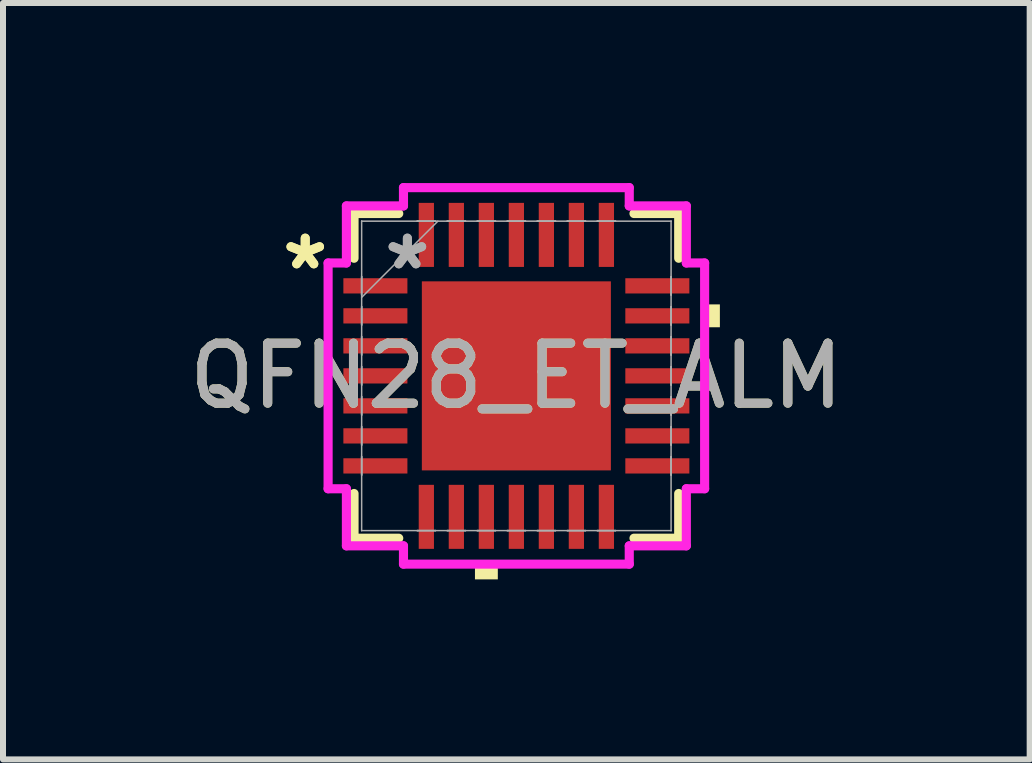
<source format=kicad_pcb>
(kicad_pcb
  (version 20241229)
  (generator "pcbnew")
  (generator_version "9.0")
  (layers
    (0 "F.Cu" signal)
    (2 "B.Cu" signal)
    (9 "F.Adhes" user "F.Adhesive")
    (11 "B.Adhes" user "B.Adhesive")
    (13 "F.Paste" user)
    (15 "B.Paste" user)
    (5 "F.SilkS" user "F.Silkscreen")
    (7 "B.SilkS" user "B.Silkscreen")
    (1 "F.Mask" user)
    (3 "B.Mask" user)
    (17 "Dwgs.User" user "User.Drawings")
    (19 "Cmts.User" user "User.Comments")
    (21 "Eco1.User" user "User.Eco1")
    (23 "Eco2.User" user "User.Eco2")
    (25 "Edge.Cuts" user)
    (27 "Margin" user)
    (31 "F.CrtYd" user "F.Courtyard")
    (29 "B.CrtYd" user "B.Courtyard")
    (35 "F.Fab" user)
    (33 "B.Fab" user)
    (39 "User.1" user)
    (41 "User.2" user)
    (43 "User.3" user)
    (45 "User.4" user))
  (footprint "QFN28_ET_ALM"
    (layer "F.Cu")
    (at 5.554 3.213)
    (property "Reference" "QFN28_ET_ALM" (at 0 0 0) (unlocked yes) (layer "F.SilkS") (effects (font (size 1 1) (thickness 0.15))))
    (attr smd)
    (fp_line (start -2.705 -2.705) (end -2.705 -1.96) (stroke (width 0.152) (type solid)) (layer "F.SilkS"))
    (fp_line (start -2.705 1.96) (end -2.705 2.705) (stroke (width 0.152) (type solid)) (layer "F.SilkS"))
    (fp_line (start -2.705 2.705) (end -1.96 2.705) (stroke (width 0.152) (type solid)) (layer "F.SilkS"))
    (fp_line (start -1.96 -2.705) (end -2.705 -2.705) (stroke (width 0.152) (type solid)) (layer "F.SilkS"))
    (fp_line (start 1.96 2.705) (end 2.705 2.705) (stroke (width 0.152) (type solid)) (layer "F.SilkS"))
    (fp_line (start 2.705 -2.705) (end 1.96 -2.705) (stroke (width 0.152) (type solid)) (layer "F.SilkS"))
    (fp_line (start 2.705 -1.96) (end 2.705 -2.705) (stroke (width 0.152) (type solid)) (layer "F.SilkS"))
    (fp_line (start 2.705 2.705) (end 2.705 1.96) (stroke (width 0.152) (type solid)) (layer "F.SilkS"))
    (fp_poly (pts (xy -0.69 3.137) (xy -0.69 3.391) (xy -0.309 3.391) (xy -0.309 3.137)) (stroke (width 0) (type solid)) (fill yes) (layer "F.SilkS"))
    (fp_poly (pts (xy 3.391 -1.191) (xy 3.391 -0.81) (xy 3.137 -0.81) (xy 3.137 -1.191)) (stroke (width 0) (type solid)) (fill yes) (layer "F.SilkS"))
    (fp_poly (pts (xy -1.475 -1.475) (xy -1.475 -0.1) (xy -0.1 -0.1) (xy -0.1 -1.475)) (stroke (width 0) (type solid)) (fill yes) (layer "F.Paste"))
    (fp_poly (pts (xy -1.475 0.1) (xy -1.475 1.475) (xy -0.1 1.475) (xy -0.1 0.1)) (stroke (width 0) (type solid)) (fill yes) (layer "F.Paste"))
    (fp_poly (pts (xy 0.1 -1.475) (xy 0.1 -0.1) (xy 1.475 -0.1) (xy 1.475 -1.475)) (stroke (width 0) (type solid)) (fill yes) (layer "F.Paste"))
    (fp_poly (pts (xy 0.1 0.1) (xy 0.1 1.475) (xy 1.475 1.475) (xy 1.475 0.1)) (stroke (width 0) (type solid)) (fill yes) (layer "F.Paste"))
    (fp_line (start -3.137 -1.881) (end -2.832 -1.881) (stroke (width 0.152) (type solid)) (layer "F.CrtYd"))
    (fp_line (start -3.137 1.881) (end -3.137 -1.881) (stroke (width 0.152) (type solid)) (layer "F.CrtYd"))
    (fp_line (start -2.832 -2.832) (end -1.881 -2.832) (stroke (width 0.152) (type solid)) (layer "F.CrtYd"))
    (fp_line (start -2.832 -1.881) (end -2.832 -2.832) (stroke (width 0.152) (type solid)) (layer "F.CrtYd"))
    (fp_line (start -2.832 1.881) (end -3.137 1.881) (stroke (width 0.152) (type solid)) (layer "F.CrtYd"))
    (fp_line (start -2.832 2.832) (end -2.832 1.881) (stroke (width 0.152) (type solid)) (layer "F.CrtYd"))
    (fp_line (start -1.881 -3.137) (end 1.881 -3.137) (stroke (width 0.152) (type solid)) (layer "F.CrtYd"))
    (fp_line (start -1.881 -2.832) (end -1.881 -3.137) (stroke (width 0.152) (type solid)) (layer "F.CrtYd"))
    (fp_line (start -1.881 2.832) (end -2.832 2.832) (stroke (width 0.152) (type solid)) (layer "F.CrtYd"))
    (fp_line (start -1.881 3.137) (end -1.881 2.832) (stroke (width 0.152) (type solid)) (layer "F.CrtYd"))
    (fp_line (start 1.881 -3.137) (end 1.881 -2.832) (stroke (width 0.152) (type solid)) (layer "F.CrtYd"))
    (fp_line (start 1.881 -2.832) (end 2.832 -2.832) (stroke (width 0.152) (type solid)) (layer "F.CrtYd"))
    (fp_line (start 1.881 2.832) (end 1.881 3.137) (stroke (width 0.152) (type solid)) (layer "F.CrtYd"))
    (fp_line (start 1.881 3.137) (end -1.881 3.137) (stroke (width 0.152) (type solid)) (layer "F.CrtYd"))
    (fp_line (start 2.832 -2.832) (end 2.832 -1.881) (stroke (width 0.152) (type solid)) (layer "F.CrtYd"))
    (fp_line (start 2.832 -1.881) (end 3.137 -1.881) (stroke (width 0.152) (type solid)) (layer "F.CrtYd"))
    (fp_line (start 2.832 1.881) (end 2.832 2.832) (stroke (width 0.152) (type solid)) (layer "F.CrtYd"))
    (fp_line (start 2.832 2.832) (end 1.881 2.832) (stroke (width 0.152) (type solid)) (layer "F.CrtYd"))
    (fp_line (start 3.137 -1.881) (end 3.137 1.881) (stroke (width 0.152) (type solid)) (layer "F.CrtYd"))
    (fp_line (start 3.137 1.881) (end 2.832 1.881) (stroke (width 0.152) (type solid)) (layer "F.CrtYd"))
    (fp_line (start -2.578 -2.578) (end -2.578 -2.578) (stroke (width 0.025) (type solid)) (layer "F.Fab"))
    (fp_line (start -2.578 -2.578) (end -2.578 2.578) (stroke (width 0.025) (type solid)) (layer "F.Fab"))
    (fp_line (start -2.578 -1.652) (end -2.578 -1.652) (stroke (width 0.025) (type solid)) (layer "F.Fab"))
    (fp_line (start -2.578 -1.652) (end -2.578 -1.348) (stroke (width 0.025) (type solid)) (layer "F.Fab"))
    (fp_line (start -2.578 -1.348) (end -2.578 -1.652) (stroke (width 0.025) (type solid)) (layer "F.Fab"))
    (fp_line (start -2.578 -1.348) (end -2.578 -1.348) (stroke (width 0.025) (type solid)) (layer "F.Fab"))
    (fp_line (start -2.578 -1.308) (end -1.308 -2.578) (stroke (width 0.025) (type solid)) (layer "F.Fab"))
    (fp_line (start -2.578 -1.152) (end -2.578 -1.152) (stroke (width 0.025) (type solid)) (layer "F.Fab"))
    (fp_line (start -2.578 -1.152) (end -2.578 -0.848) (stroke (width 0.025) (type solid)) (layer "F.Fab"))
    (fp_line (start -2.578 -0.848) (end -2.578 -1.152) (stroke (width 0.025) (type solid)) (layer "F.Fab"))
    (fp_line (start -2.578 -0.848) (end -2.578 -0.848) (stroke (width 0.025) (type solid)) (layer "F.Fab"))
    (fp_line (start -2.578 -0.652) (end -2.578 -0.652) (stroke (width 0.025) (type solid)) (layer "F.Fab"))
    (fp_line (start -2.578 -0.652) (end -2.578 -0.348) (stroke (width 0.025) (type solid)) (layer "F.Fab"))
    (fp_line (start -2.578 -0.348) (end -2.578 -0.652) (stroke (width 0.025) (type solid)) (layer "F.Fab"))
    (fp_line (start -2.578 -0.348) (end -2.578 -0.348) (stroke (width 0.025) (type solid)) (layer "F.Fab"))
    (fp_line (start -2.578 -0.152) (end -2.578 -0.152) (stroke (width 0.025) (type solid)) (layer "F.Fab"))
    (fp_line (start -2.578 -0.152) (end -2.578 0.152) (stroke (width 0.025) (type solid)) (layer "F.Fab"))
    (fp_line (start -2.578 0.152) (end -2.578 -0.152) (stroke (width 0.025) (type solid)) (layer "F.Fab"))
    (fp_line (start -2.578 0.152) (end -2.578 0.152) (stroke (width 0.025) (type solid)) (layer "F.Fab"))
    (fp_line (start -2.578 0.348) (end -2.578 0.348) (stroke (width 0.025) (type solid)) (layer "F.Fab"))
    (fp_line (start -2.578 0.348) (end -2.578 0.652) (stroke (width 0.025) (type solid)) (layer "F.Fab"))
    (fp_line (start -2.578 0.652) (end -2.578 0.348) (stroke (width 0.025) (type solid)) (layer "F.Fab"))
    (fp_line (start -2.578 0.652) (end -2.578 0.652) (stroke (width 0.025) (type solid)) (layer "F.Fab"))
    (fp_line (start -2.578 0.848) (end -2.578 0.848) (stroke (width 0.025) (type solid)) (layer "F.Fab"))
    (fp_line (start -2.578 0.848) (end -2.578 1.152) (stroke (width 0.025) (type solid)) (layer "F.Fab"))
    (fp_line (start -2.578 1.152) (end -2.578 0.848) (stroke (width 0.025) (type solid)) (layer "F.Fab"))
    (fp_line (start -2.578 1.152) (end -2.578 1.152) (stroke (width 0.025) (type solid)) (layer "F.Fab"))
    (fp_line (start -2.578 1.348) (end -2.578 1.348) (stroke (width 0.025) (type solid)) (layer "F.Fab"))
    (fp_line (start -2.578 1.348) (end -2.578 1.652) (stroke (width 0.025) (type solid)) (layer "F.Fab"))
    (fp_line (start -2.578 1.652) (end -2.578 1.348) (stroke (width 0.025) (type solid)) (layer "F.Fab"))
    (fp_line (start -2.578 1.652) (end -2.578 1.652) (stroke (width 0.025) (type solid)) (layer "F.Fab"))
    (fp_line (start -2.578 2.578) (end -2.578 2.578) (stroke (width 0.025) (type solid)) (layer "F.Fab"))
    (fp_line (start -2.578 2.578) (end 2.578 2.578) (stroke (width 0.025) (type solid)) (layer "F.Fab"))
    (fp_line (start -1.652 -2.578) (end -1.652 -2.578) (stroke (width 0.025) (type solid)) (layer "F.Fab"))
    (fp_line (start -1.652 -2.578) (end -1.348 -2.578) (stroke (width 0.025) (type solid)) (layer "F.Fab"))
    (fp_line (start -1.652 2.578) (end -1.652 2.578) (stroke (width 0.025) (type solid)) (layer "F.Fab"))
    (fp_line (start -1.652 2.578) (end -1.348 2.578) (stroke (width 0.025) (type solid)) (layer "F.Fab"))
    (fp_line (start -1.348 -2.578) (end -1.652 -2.578) (stroke (width 0.025) (type solid)) (layer "F.Fab"))
    (fp_line (start -1.348 -2.578) (end -1.348 -2.578) (stroke (width 0.025) (type solid)) (layer "F.Fab"))
    (fp_line (start -1.348 2.578) (end -1.652 2.578) (stroke (width 0.025) (type solid)) (layer "F.Fab"))
    (fp_line (start -1.348 2.578) (end -1.348 2.578) (stroke (width 0.025) (type solid)) (layer "F.Fab"))
    (fp_line (start -1.152 -2.578) (end -1.152 -2.578) (stroke (width 0.025) (type solid)) (layer "F.Fab"))
    (fp_line (start -1.152 -2.578) (end -0.848 -2.578) (stroke (width 0.025) (type solid)) (layer "F.Fab"))
    (fp_line (start -1.152 2.578) (end -1.152 2.578) (stroke (width 0.025) (type solid)) (layer "F.Fab"))
    (fp_line (start -1.152 2.578) (end -0.848 2.578) (stroke (width 0.025) (type solid)) (layer "F.Fab"))
    (fp_line (start -0.848 -2.578) (end -1.152 -2.578) (stroke (width 0.025) (type solid)) (layer "F.Fab"))
    (fp_line (start -0.848 -2.578) (end -0.848 -2.578) (stroke (width 0.025) (type solid)) (layer "F.Fab"))
    (fp_line (start -0.848 2.578) (end -1.152 2.578) (stroke (width 0.025) (type solid)) (layer "F.Fab"))
    (fp_line (start -0.848 2.578) (end -0.848 2.578) (stroke (width 0.025) (type solid)) (layer "F.Fab"))
    (fp_line (start -0.652 -2.578) (end -0.652 -2.578) (stroke (width 0.025) (type solid)) (layer "F.Fab"))
    (fp_line (start -0.652 -2.578) (end -0.348 -2.578) (stroke (width 0.025) (type solid)) (layer "F.Fab"))
    (fp_line (start -0.652 2.578) (end -0.652 2.578) (stroke (width 0.025) (type solid)) (layer "F.Fab"))
    (fp_line (start -0.652 2.578) (end -0.348 2.578) (stroke (width 0.025) (type solid)) (layer "F.Fab"))
    (fp_line (start -0.348 -2.578) (end -0.652 -2.578) (stroke (width 0.025) (type solid)) (layer "F.Fab"))
    (fp_line (start -0.348 -2.578) (end -0.348 -2.578) (stroke (width 0.025) (type solid)) (layer "F.Fab"))
    (fp_line (start -0.348 2.578) (end -0.652 2.578) (stroke (width 0.025) (type solid)) (layer "F.Fab"))
    (fp_line (start -0.348 2.578) (end -0.348 2.578) (stroke (width 0.025) (type solid)) (layer "F.Fab"))
    (fp_line (start -0.152 -2.578) (end -0.152 -2.578) (stroke (width 0.025) (type solid)) (layer "F.Fab"))
    (fp_line (start -0.152 -2.578) (end 0.152 -2.578) (stroke (width 0.025) (type solid)) (layer "F.Fab"))
    (fp_line (start -0.152 2.578) (end -0.152 2.578) (stroke (width 0.025) (type solid)) (layer "F.Fab"))
    (fp_line (start -0.152 2.578) (end 0.152 2.578) (stroke (width 0.025) (type solid)) (layer "F.Fab"))
    (fp_line (start 0.152 -2.578) (end -0.152 -2.578) (stroke (width 0.025) (type solid)) (layer "F.Fab"))
    (fp_line (start 0.152 -2.578) (end 0.152 -2.578) (stroke (width 0.025) (type solid)) (layer "F.Fab"))
    (fp_line (start 0.152 2.578) (end -0.152 2.578) (stroke (width 0.025) (type solid)) (layer "F.Fab"))
    (fp_line (start 0.152 2.578) (end 0.152 2.578) (stroke (width 0.025) (type solid)) (layer "F.Fab"))
    (fp_line (start 0.348 -2.578) (end 0.348 -2.578) (stroke (width 0.025) (type solid)) (layer "F.Fab"))
    (fp_line (start 0.348 -2.578) (end 0.652 -2.578) (stroke (width 0.025) (type solid)) (layer "F.Fab"))
    (fp_line (start 0.348 2.578) (end 0.348 2.578) (stroke (width 0.025) (type solid)) (layer "F.Fab"))
    (fp_line (start 0.348 2.578) (end 0.652 2.578) (stroke (width 0.025) (type solid)) (layer "F.Fab"))
    (fp_line (start 0.652 -2.578) (end 0.348 -2.578) (stroke (width 0.025) (type solid)) (layer "F.Fab"))
    (fp_line (start 0.652 -2.578) (end 0.652 -2.578) (stroke (width 0.025) (type solid)) (layer "F.Fab"))
    (fp_line (start 0.652 2.578) (end 0.348 2.578) (stroke (width 0.025) (type solid)) (layer "F.Fab"))
    (fp_line (start 0.652 2.578) (end 0.652 2.578) (stroke (width 0.025) (type solid)) (layer "F.Fab"))
    (fp_line (start 0.848 -2.578) (end 0.848 -2.578) (stroke (width 0.025) (type solid)) (layer "F.Fab"))
    (fp_line (start 0.848 -2.578) (end 1.152 -2.578) (stroke (width 0.025) (type solid)) (layer "F.Fab"))
    (fp_line (start 0.848 2.578) (end 0.848 2.578) (stroke (width 0.025) (type solid)) (layer "F.Fab"))
    (fp_line (start 0.848 2.578) (end 1.152 2.578) (stroke (width 0.025) (type solid)) (layer "F.Fab"))
    (fp_line (start 1.152 -2.578) (end 0.848 -2.578) (stroke (width 0.025) (type solid)) (layer "F.Fab"))
    (fp_line (start 1.152 -2.578) (end 1.152 -2.578) (stroke (width 0.025) (type solid)) (layer "F.Fab"))
    (fp_line (start 1.152 2.578) (end 0.848 2.578) (stroke (width 0.025) (type solid)) (layer "F.Fab"))
    (fp_line (start 1.152 2.578) (end 1.152 2.578) (stroke (width 0.025) (type solid)) (layer "F.Fab"))
    (fp_line (start 1.348 -2.578) (end 1.348 -2.578) (stroke (width 0.025) (type solid)) (layer "F.Fab"))
    (fp_line (start 1.348 -2.578) (end 1.652 -2.578) (stroke (width 0.025) (type solid)) (layer "F.Fab"))
    (fp_line (start 1.348 2.578) (end 1.348 2.578) (stroke (width 0.025) (type solid)) (layer "F.Fab"))
    (fp_line (start 1.348 2.578) (end 1.652 2.578) (stroke (width 0.025) (type solid)) (layer "F.Fab"))
    (fp_line (start 1.652 -2.578) (end 1.348 -2.578) (stroke (width 0.025) (type solid)) (layer "F.Fab"))
    (fp_line (start 1.652 -2.578) (end 1.652 -2.578) (stroke (width 0.025) (type solid)) (layer "F.Fab"))
    (fp_line (start 1.652 2.578) (end 1.348 2.578) (stroke (width 0.025) (type solid)) (layer "F.Fab"))
    (fp_line (start 1.652 2.578) (end 1.652 2.578) (stroke (width 0.025) (type solid)) (layer "F.Fab"))
    (fp_line (start 2.578 -2.578) (end -2.578 -2.578) (stroke (width 0.025) (type solid)) (layer "F.Fab"))
    (fp_line (start 2.578 -2.578) (end 2.578 -2.578) (stroke (width 0.025) (type solid)) (layer "F.Fab"))
    (fp_line (start 2.578 -1.652) (end 2.578 -1.652) (stroke (width 0.025) (type solid)) (layer "F.Fab"))
    (fp_line (start 2.578 -1.652) (end 2.578 -1.348) (stroke (width 0.025) (type solid)) (layer "F.Fab"))
    (fp_line (start 2.578 -1.348) (end 2.578 -1.652) (stroke (width 0.025) (type solid)) (layer "F.Fab"))
    (fp_line (start 2.578 -1.348) (end 2.578 -1.348) (stroke (width 0.025) (type solid)) (layer "F.Fab"))
    (fp_line (start 2.578 -1.152) (end 2.578 -1.152) (stroke (width 0.025) (type solid)) (layer "F.Fab"))
    (fp_line (start 2.578 -1.152) (end 2.578 -0.848) (stroke (width 0.025) (type solid)) (layer "F.Fab"))
    (fp_line (start 2.578 -0.848) (end 2.578 -1.152) (stroke (width 0.025) (type solid)) (layer "F.Fab"))
    (fp_line (start 2.578 -0.848) (end 2.578 -0.848) (stroke (width 0.025) (type solid)) (layer "F.Fab"))
    (fp_line (start 2.578 -0.652) (end 2.578 -0.652) (stroke (width 0.025) (type solid)) (layer "F.Fab"))
    (fp_line (start 2.578 -0.652) (end 2.578 -0.348) (stroke (width 0.025) (type solid)) (layer "F.Fab"))
    (fp_line (start 2.578 -0.348) (end 2.578 -0.652) (stroke (width 0.025) (type solid)) (layer "F.Fab"))
    (fp_line (start 2.578 -0.348) (end 2.578 -0.348) (stroke (width 0.025) (type solid)) (layer "F.Fab"))
    (fp_line (start 2.578 -0.152) (end 2.578 -0.152) (stroke (width 0.025) (type solid)) (layer "F.Fab"))
    (fp_line (start 2.578 -0.152) (end 2.578 0.152) (stroke (width 0.025) (type solid)) (layer "F.Fab"))
    (fp_line (start 2.578 0.152) (end 2.578 -0.152) (stroke (width 0.025) (type solid)) (layer "F.Fab"))
    (fp_line (start 2.578 0.152) (end 2.578 0.152) (stroke (width 0.025) (type solid)) (layer "F.Fab"))
    (fp_line (start 2.578 0.348) (end 2.578 0.348) (stroke (width 0.025) (type solid)) (layer "F.Fab"))
    (fp_line (start 2.578 0.348) (end 2.578 0.652) (stroke (width 0.025) (type solid)) (layer "F.Fab"))
    (fp_line (start 2.578 0.652) (end 2.578 0.348) (stroke (width 0.025) (type solid)) (layer "F.Fab"))
    (fp_line (start 2.578 0.652) (end 2.578 0.652) (stroke (width 0.025) (type solid)) (layer "F.Fab"))
    (fp_line (start 2.578 0.848) (end 2.578 0.848) (stroke (width 0.025) (type solid)) (layer "F.Fab"))
    (fp_line (start 2.578 0.848) (end 2.578 1.152) (stroke (width 0.025) (type solid)) (layer "F.Fab"))
    (fp_line (start 2.578 1.152) (end 2.578 0.848) (stroke (width 0.025) (type solid)) (layer "F.Fab"))
    (fp_line (start 2.578 1.152) (end 2.578 1.152) (stroke (width 0.025) (type solid)) (layer "F.Fab"))
    (fp_line (start 2.578 1.348) (end 2.578 1.348) (stroke (width 0.025) (type solid)) (layer "F.Fab"))
    (fp_line (start 2.578 1.348) (end 2.578 1.652) (stroke (width 0.025) (type solid)) (layer "F.Fab"))
    (fp_line (start 2.578 1.652) (end 2.578 1.348) (stroke (width 0.025) (type solid)) (layer "F.Fab"))
    (fp_line (start 2.578 1.652) (end 2.578 1.652) (stroke (width 0.025) (type solid)) (layer "F.Fab"))
    (fp_line (start 2.578 2.578) (end 2.578 -2.578) (stroke (width 0.025) (type solid)) (layer "F.Fab"))
    (fp_line (start 2.578 2.578) (end 2.578 2.578) (stroke (width 0.025) (type solid)) (layer "F.Fab"))
    (fp_text user "*" (at -3.518 -1.75 0) (unlocked yes) (layer "F.SilkS") (effects (font (size 1 1) (thickness 0.15))))
    (fp_text user "*" (at -3.518 -1.75 0) (layer "F.SilkS") (effects (font (size 1 1) (thickness 0.15))))
    (fp_text user "*" (at -1.816 -1.75 0) (unlocked yes) (layer "F.Fab") (effects (font (size 1 1) (thickness 0.15))))
    (fp_text user "${REFERENCE}" (at 0 0 0) (unlocked yes) (layer "F.Fab") (effects (font (size 1 1) (thickness 0.15))))
    (fp_text user "*" (at -1.816 -1.75 0) (layer "F.Fab") (effects (font (size 1 1) (thickness 0.15))))
    (pad "1" smd rect (at -2.349 -1.5 90) (size 0.254 1.067) (layers "F.Cu" "F.Mask" "F.Paste"))
    (pad "2" smd rect (at -2.349 -1 90) (size 0.254 1.067) (layers "F.Cu" "F.Mask" "F.Paste"))
    (pad "3" smd rect (at -2.349 -0.5 90) (size 0.254 1.067) (layers "F.Cu" "F.Mask" "F.Paste"))
    (pad "4" smd rect (at -2.349 0 90) (size 0.254 1.067) (layers "F.Cu" "F.Mask" "F.Paste"))
    (pad "5" smd rect (at -2.349 0.5 90) (size 0.254 1.067) (layers "F.Cu" "F.Mask" "F.Paste"))
    (pad "6" smd rect (at -2.349 1 90) (size 0.254 1.067) (layers "F.Cu" "F.Mask" "F.Paste"))
    (pad "7" smd rect (at -2.349 1.5 90) (size 0.254 1.067) (layers "F.Cu" "F.Mask" "F.Paste"))
    (pad "8" smd rect (at -1.5 2.349) (size 0.254 1.067) (layers "F.Cu" "F.Mask" "F.Paste"))
    (pad "9" smd rect (at -1 2.349) (size 0.254 1.067) (layers "F.Cu" "F.Mask" "F.Paste"))
    (pad "10" smd rect (at -0.5 2.349) (size 0.254 1.067) (layers "F.Cu" "F.Mask" "F.Paste"))
    (pad "11" smd rect (at 0 2.349) (size 0.254 1.067) (layers "F.Cu" "F.Mask" "F.Paste"))
    (pad "12" smd rect (at 0.5 2.349) (size 0.254 1.067) (layers "F.Cu" "F.Mask" "F.Paste"))
    (pad "13" smd rect (at 1 2.349) (size 0.254 1.067) (layers "F.Cu" "F.Mask" "F.Paste"))
    (pad "14" smd rect (at 1.5 2.349) (size 0.254 1.067) (layers "F.Cu" "F.Mask" "F.Paste"))
    (pad "15" smd rect (at 2.349 1.5 90) (size 0.254 1.067) (layers "F.Cu" "F.Mask" "F.Paste"))
    (pad "16" smd rect (at 2.349 1 90) (size 0.254 1.067) (layers "F.Cu" "F.Mask" "F.Paste"))
    (pad "17" smd rect (at 2.349 0.5 90) (size 0.254 1.067) (layers "F.Cu" "F.Mask" "F.Paste"))
    (pad "18" smd rect (at 2.349 0 90) (size 0.254 1.067) (layers "F.Cu" "F.Mask" "F.Paste"))
    (pad "19" smd rect (at 2.349 -0.5 90) (size 0.254 1.067) (layers "F.Cu" "F.Mask" "F.Paste"))
    (pad "20" smd rect (at 2.349 -1 90) (size 0.254 1.067) (layers "F.Cu" "F.Mask" "F.Paste"))
    (pad "21" smd rect (at 2.349 -1.5 90) (size 0.254 1.067) (layers "F.Cu" "F.Mask" "F.Paste"))
    (pad "22" smd rect (at 1.5 -2.349) (size 0.254 1.067) (layers "F.Cu" "F.Mask" "F.Paste"))
    (pad "23" smd rect (at 1 -2.349) (size 0.254 1.067) (layers "F.Cu" "F.Mask" "F.Paste"))
    (pad "24" smd rect (at 0.5 -2.349) (size 0.254 1.067) (layers "F.Cu" "F.Mask" "F.Paste"))
    (pad "25" smd rect (at 0 -2.349) (size 0.254 1.067) (layers "F.Cu" "F.Mask" "F.Paste"))
    (pad "26" smd rect (at -0.5 -2.349) (size 0.254 1.067) (layers "F.Cu" "F.Mask" "F.Paste"))
    (pad "27" smd rect (at -1 -2.349) (size 0.254 1.067) (layers "F.Cu" "F.Mask" "F.Paste"))
    (pad "28" smd rect (at -1.5 -2.349) (size 0.254 1.067) (layers "F.Cu" "F.Mask" "F.Paste"))
    (pad "29" smd rect (at 0 0) (size 3.15 3.15) (layers "F.Cu" "F.Mask")))
  (gr_rect
    (start -3 -3)
    (end 14.107 9.604)
    (stroke (width 0.1) (type default))
    (fill no)
    (layer "Edge.Cuts")))
</source>
